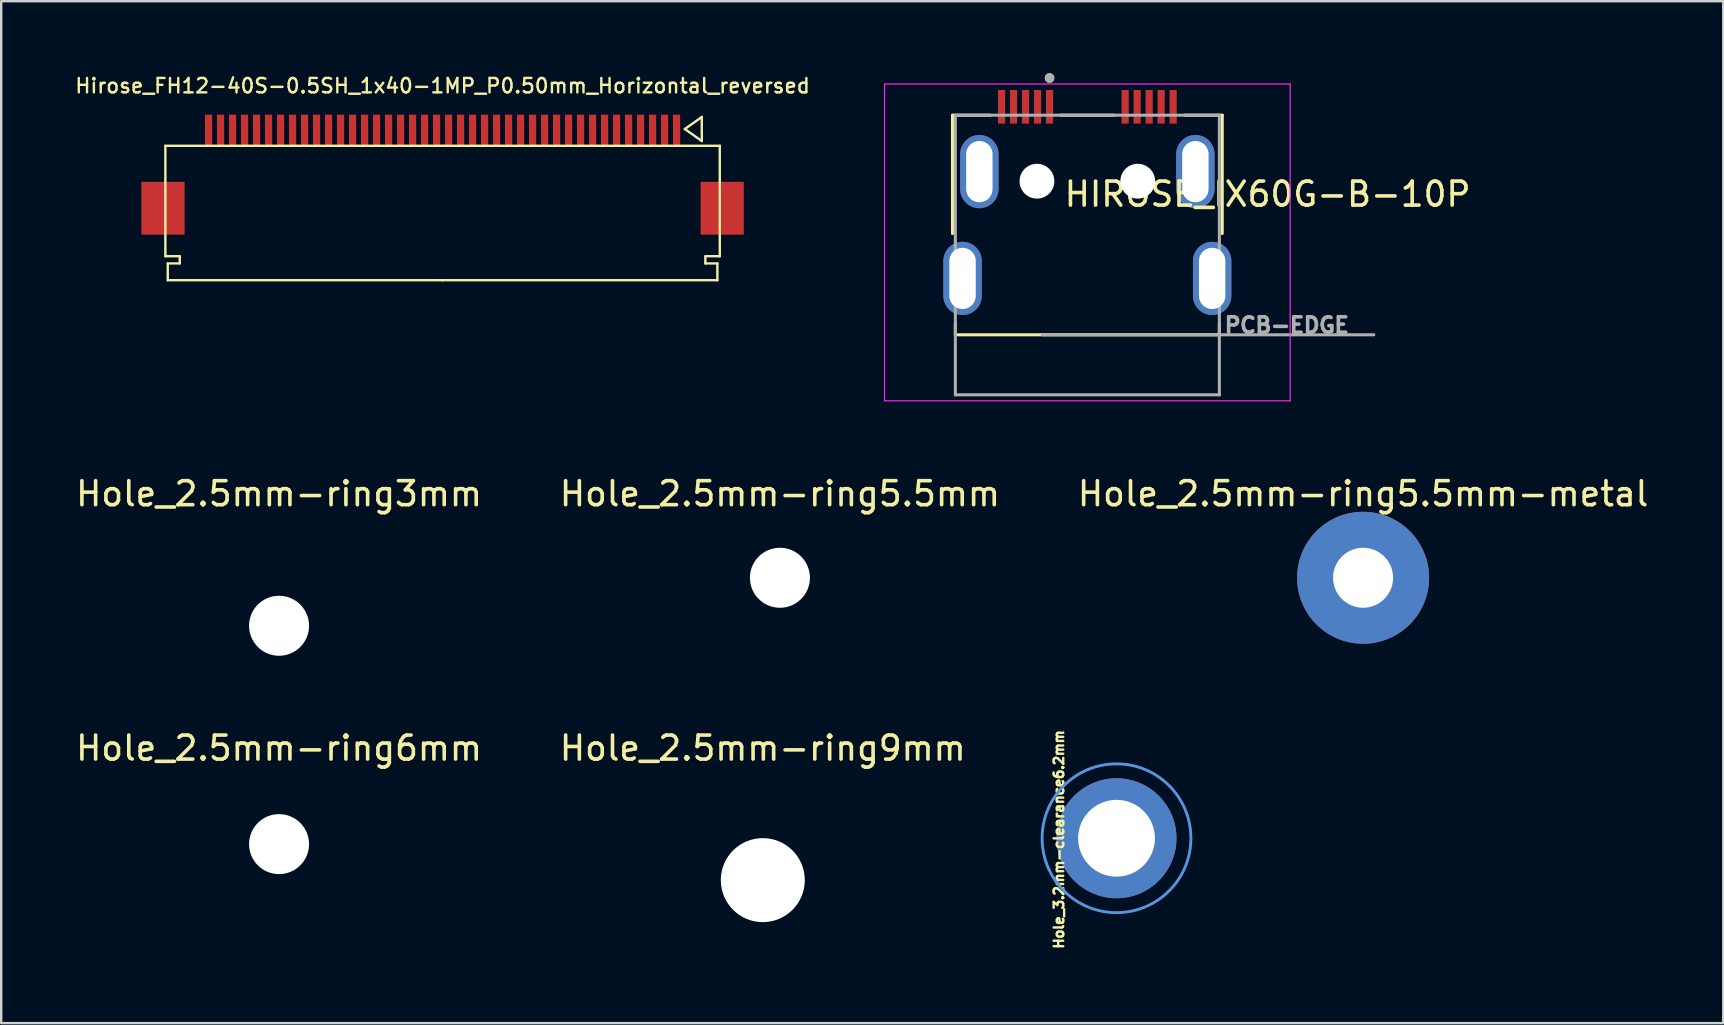
<source format=kicad_pcb>
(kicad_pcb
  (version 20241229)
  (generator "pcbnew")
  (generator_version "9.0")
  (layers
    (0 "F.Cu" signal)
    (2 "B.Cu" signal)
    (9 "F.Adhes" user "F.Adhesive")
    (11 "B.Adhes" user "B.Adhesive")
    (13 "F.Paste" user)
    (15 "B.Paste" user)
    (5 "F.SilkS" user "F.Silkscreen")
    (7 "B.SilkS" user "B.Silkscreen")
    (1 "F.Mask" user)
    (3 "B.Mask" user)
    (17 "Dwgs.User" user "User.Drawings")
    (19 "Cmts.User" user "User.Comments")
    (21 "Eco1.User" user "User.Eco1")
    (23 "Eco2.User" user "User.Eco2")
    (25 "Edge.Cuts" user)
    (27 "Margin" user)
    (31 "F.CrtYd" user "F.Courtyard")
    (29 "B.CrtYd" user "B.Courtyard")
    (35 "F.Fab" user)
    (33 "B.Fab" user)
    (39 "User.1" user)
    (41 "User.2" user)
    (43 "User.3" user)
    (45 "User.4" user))
  (footprint "Hirose_FH12-40S-0.5SH_1x40-1MP_P0.50mm_Horizontal_reversed"
    (layer "F.Cu")
    (at 15.39 4.226)
    (property "Reference" "Hirose_FH12-40S-0.5SH_1x40-1MP_P0.50mm_Horizontal_reversed" (at 0 -3.7 0) (layer "F.SilkS") (effects (font (size 0.6 0.6) (thickness 0.1) (bold yes))))
    (attr smd)
    (fp_line (start -11.55 -1.2) (end -11.55 3.4) (stroke (width 0.1) (type solid)) (layer "F.SilkS"))
    (fp_line (start -11.55 3.4) (end -10.95 3.4) (stroke (width 0.1) (type solid)) (layer "F.SilkS"))
    (fp_line (start -11.45 3.7) (end -11.45 4.4) (stroke (width 0.1) (type solid)) (layer "F.SilkS"))
    (fp_line (start -11.45 4.4) (end 0 4.4) (stroke (width 0.1) (type solid)) (layer "F.SilkS"))
    (fp_line (start -10.95 3.4) (end -10.95 3.7) (stroke (width 0.1) (type solid)) (layer "F.SilkS"))
    (fp_line (start -10.95 3.7) (end -11.45 3.7) (stroke (width 0.1) (type solid)) (layer "F.SilkS"))
    (fp_line (start 0 -1.2) (end -11.55 -1.2) (stroke (width 0.1) (type solid)) (layer "F.SilkS"))
    (fp_line (start 0 -1.2) (end 11.55 -1.2) (stroke (width 0.1) (type solid)) (layer "F.SilkS"))
    (fp_line (start 10.093 -1.9) (end 10.8 -1.4) (stroke (width 0.1) (type solid)) (layer "F.SilkS"))
    (fp_line (start 10.8 -2.4) (end 10.093 -1.9) (stroke (width 0.1) (type solid)) (layer "F.SilkS"))
    (fp_line (start 10.8 -2.4) (end 10.8 -1.4) (stroke (width 0.1) (type solid)) (layer "F.SilkS"))
    (fp_line (start 10.95 3.4) (end 10.95 3.7) (stroke (width 0.1) (type solid)) (layer "F.SilkS"))
    (fp_line (start 10.95 3.7) (end 11.45 3.7) (stroke (width 0.1) (type solid)) (layer "F.SilkS"))
    (fp_line (start 11.45 3.7) (end 11.45 4.4) (stroke (width 0.1) (type solid)) (layer "F.SilkS"))
    (fp_line (start 11.45 4.4) (end 0 4.4) (stroke (width 0.1) (type solid)) (layer "F.SilkS"))
    (fp_line (start 11.55 -1.2) (end 11.55 3.4) (stroke (width 0.1) (type solid)) (layer "F.SilkS"))
    (fp_line (start 11.55 3.4) (end 10.95 3.4) (stroke (width 0.1) (type solid)) (layer "F.SilkS"))
    (pad "" smd rect (at -11.65 1.4) (size 1.8 2.2) (layers "F.Cu" "F.Mask" "F.Paste"))
    (pad "" smd rect (at 11.65 1.4) (size 1.8 2.2) (layers "F.Cu" "F.Mask" "F.Paste"))
    (pad "1" smd rect (at 9.75 -1.85 180) (size 0.3 1.3) (layers "F.Cu" "F.Mask" "F.Paste"))
    (pad "2" smd rect (at 9.25 -1.85 180) (size 0.3 1.3) (layers "F.Cu" "F.Mask" "F.Paste"))
    (pad "3" smd rect (at 8.75 -1.85 180) (size 0.3 1.3) (layers "F.Cu" "F.Mask" "F.Paste"))
    (pad "4" smd rect (at 8.25 -1.85 180) (size 0.3 1.3) (layers "F.Cu" "F.Mask" "F.Paste"))
    (pad "5" smd rect (at 7.75 -1.85 180) (size 0.3 1.3) (layers "F.Cu" "F.Mask" "F.Paste"))
    (pad "6" smd rect (at 7.25 -1.85 180) (size 0.3 1.3) (layers "F.Cu" "F.Mask" "F.Paste"))
    (pad "7" smd rect (at 6.75 -1.85 180) (size 0.3 1.3) (layers "F.Cu" "F.Mask" "F.Paste"))
    (pad "8" smd rect (at 6.25 -1.85 180) (size 0.3 1.3) (layers "F.Cu" "F.Mask" "F.Paste"))
    (pad "9" smd rect (at 5.75 -1.85 180) (size 0.3 1.3) (layers "F.Cu" "F.Mask" "F.Paste"))
    (pad "10" smd rect (at 5.25 -1.85 180) (size 0.3 1.3) (layers "F.Cu" "F.Mask" "F.Paste"))
    (pad "11" smd rect (at 4.75 -1.85 180) (size 0.3 1.3) (layers "F.Cu" "F.Mask" "F.Paste"))
    (pad "12" smd rect (at 4.25 -1.85 180) (size 0.3 1.3) (layers "F.Cu" "F.Mask" "F.Paste"))
    (pad "13" smd rect (at 3.75 -1.85 180) (size 0.3 1.3) (layers "F.Cu" "F.Mask" "F.Paste"))
    (pad "14" smd rect (at 3.25 -1.85 180) (size 0.3 1.3) (layers "F.Cu" "F.Mask" "F.Paste"))
    (pad "15" smd rect (at 2.75 -1.85 180) (size 0.3 1.3) (layers "F.Cu" "F.Mask" "F.Paste"))
    (pad "16" smd rect (at 2.25 -1.85 180) (size 0.3 1.3) (layers "F.Cu" "F.Mask" "F.Paste"))
    (pad "17" smd rect (at 1.75 -1.85 180) (size 0.3 1.3) (layers "F.Cu" "F.Mask" "F.Paste"))
    (pad "18" smd rect (at 1.25 -1.85 180) (size 0.3 1.3) (layers "F.Cu" "F.Mask" "F.Paste"))
    (pad "19" smd rect (at 0.75 -1.85 180) (size 0.3 1.3) (layers "F.Cu" "F.Mask" "F.Paste"))
    (pad "20" smd rect (at 0.25 -1.85 180) (size 0.3 1.3) (layers "F.Cu" "F.Mask" "F.Paste"))
    (pad "21" smd rect (at -0.25 -1.85 180) (size 0.3 1.3) (layers "F.Cu" "F.Mask" "F.Paste"))
    (pad "22" smd rect (at -0.75 -1.85 180) (size 0.3 1.3) (layers "F.Cu" "F.Mask" "F.Paste"))
    (pad "23" smd rect (at -1.25 -1.85 180) (size 0.3 1.3) (layers "F.Cu" "F.Mask" "F.Paste"))
    (pad "24" smd rect (at -1.75 -1.85 180) (size 0.3 1.3) (layers "F.Cu" "F.Mask" "F.Paste"))
    (pad "25" smd rect (at -2.25 -1.85 180) (size 0.3 1.3) (layers "F.Cu" "F.Mask" "F.Paste"))
    (pad "26" smd rect (at -2.75 -1.85 180) (size 0.3 1.3) (layers "F.Cu" "F.Mask" "F.Paste"))
    (pad "27" smd rect (at -3.25 -1.85 180) (size 0.3 1.3) (layers "F.Cu" "F.Mask" "F.Paste"))
    (pad "28" smd rect (at -3.75 -1.85 180) (size 0.3 1.3) (layers "F.Cu" "F.Mask" "F.Paste"))
    (pad "29" smd rect (at -4.25 -1.85 180) (size 0.3 1.3) (layers "F.Cu" "F.Mask" "F.Paste"))
    (pad "30" smd rect (at -4.75 -1.85 180) (size 0.3 1.3) (layers "F.Cu" "F.Mask" "F.Paste"))
    (pad "31" smd rect (at -5.25 -1.85 180) (size 0.3 1.3) (layers "F.Cu" "F.Mask" "F.Paste"))
    (pad "32" smd rect (at -5.75 -1.85 180) (size 0.3 1.3) (layers "F.Cu" "F.Mask" "F.Paste"))
    (pad "33" smd rect (at -6.25 -1.85 180) (size 0.3 1.3) (layers "F.Cu" "F.Mask" "F.Paste"))
    (pad "34" smd rect (at -6.75 -1.85 180) (size 0.3 1.3) (layers "F.Cu" "F.Mask" "F.Paste"))
    (pad "35" smd rect (at -7.25 -1.85 180) (size 0.3 1.3) (layers "F.Cu" "F.Mask" "F.Paste"))
    (pad "36" smd rect (at -7.75 -1.85 180) (size 0.3 1.3) (layers "F.Cu" "F.Mask" "F.Paste"))
    (pad "37" smd rect (at -8.25 -1.85 180) (size 0.3 1.3) (layers "F.Cu" "F.Mask" "F.Paste"))
    (pad "38" smd rect (at -8.75 -1.85 180) (size 0.3 1.3) (layers "F.Cu" "F.Mask" "F.Paste"))
    (pad "39" smd rect (at -9.25 -1.85 180) (size 0.3 1.3) (layers "F.Cu" "F.Mask" "F.Paste"))
    (pad "40" smd rect (at -9.75 -1.85 180) (size 0.3 1.3) (layers "F.Cu" "F.Mask" "F.Paste")))
  (footprint "Hole_2.5mm-ring3mm"
    (layer "F.Cu")
    (at 8.577 23.023)
    (property "Reference" "Hole_2.5mm-ring3mm" (at 0 -5.5 0) (layer "F.SilkS") (effects (font (size 1 1) (thickness 0.15))))
    (attr exclude_from_pos_files exclude_from_bom)
    (pad "" np_thru_hole circle (at 0 0) (size 2.5 2.5) (drill 2.5) (layers "*.Cu" "*.Mask")))
  (footprint "Hole_3.2mm-clearance6.2mm"
    (layer "F.Cu")
    (at 43.47 31.876)
    (property "Reference" "Hole_3.2mm-clearance6.2mm" (at -2.4 0.05 90) (layer "F.SilkS") (effects (font (size 0.4 0.4) (thickness 0.1))))
    (attr exclude_from_pos_files)
    (fp_circle (center 0 0) (end 3.1 0) (stroke (width 0.12) (type solid)) (fill no) (layer "Cmts.User"))
    (pad "1" thru_hole circle (at 0 0) (size 5 5) (drill 3.2) (layers "*.Cu" "*.Mask") (remove_unused_layers yes) (keep_end_layers yes) (zone_layer_connections)))
  (footprint "Hole_2.5mm-ring5.5mm-metal"
    (layer "F.Cu")
    (at 53.744 21.023)
    (property "Reference" "Hole_2.5mm-ring5.5mm-metal" (at 0 -3.5 0) (layer "F.SilkS") (effects (font (size 1 1) (thickness 0.15))))
    (attr exclude_from_pos_files exclude_from_bom)
    (pad "1" thru_hole circle (at 0 0) (size 5.5 5.5) (drill 2.5) (layers "*.Cu" "*.Mask")))
  (footprint "Hole_2.5mm-ring5.5mm"
    (layer "F.Cu")
    (at 29.446 21.023)
    (property "Reference" "Hole_2.5mm-ring5.5mm" (at 0 -3.5 0) (layer "F.SilkS") (effects (font (size 1 1) (thickness 0.15))))
    (attr exclude_from_pos_files exclude_from_bom)
    (pad "" np_thru_hole circle (at 0 0) (size 2.5 2.5) (drill 2.5) (layers "*.Cu" "*.Mask")))
  (footprint "Hole_2.5mm-ring6mm"
    (layer "F.Cu")
    (at 8.577 32.121)
    (property "Reference" "Hole_2.5mm-ring6mm" (at 0 -4 0) (layer "F.SilkS") (effects (font (size 1 1) (thickness 0.15))))
    (attr exclude_from_pos_files exclude_from_bom)
    (pad "" np_thru_hole circle (at 0 0) (size 2.5 2.5) (drill 2.5) (layers "*.Cu" "*.Mask")))
  (footprint "HIROSE_IX60G-B-10P"
    (layer "F.Cu")
    (at 42.255 4.5)
    (property "Reference" "HIROSE_IX60G-B-10P" (at 7.51 0.54 180) (layer "F.SilkS") (effects (font (size 1 1) (thickness 0.15))))
    (attr through_hole)
    (fp_line (start -5.62 2.18) (end -5.62 -2.75) (stroke (width 0.127) (type solid)) (layer "F.SilkS"))
    (fp_line (start -5.5 5.92) (end -5.5 6.4) (stroke (width 0.127) (type solid)) (layer "F.SilkS"))
    (fp_line (start -5.5 6.4) (end 5.5 6.4) (stroke (width 0.127) (type solid)) (layer "F.SilkS"))
    (fp_line (start -4.05 -2.75) (end -5.62 -2.75) (stroke (width 0.127) (type solid)) (layer "F.SilkS"))
    (fp_line (start 1.11 -2.75) (end -1.11 -2.75) (stroke (width 0.127) (type solid)) (layer "F.SilkS"))
    (fp_line (start 4.05 -2.75) (end 5.62 -2.75) (stroke (width 0.127) (type solid)) (layer "F.SilkS"))
    (fp_line (start 5.5 6.4) (end 5.5 5.92) (stroke (width 0.127) (type solid)) (layer "F.SilkS"))
    (fp_line (start 5.62 2.18) (end 5.62 -2.75) (stroke (width 0.127) (type solid)) (layer "F.SilkS"))
    (fp_circle (center -1.575 -4.3) (end -1.475 -4.3) (stroke (width 0.2) (type solid)) (fill no) (layer "F.SilkS"))
    (fp_line (start -8.45 -4.05) (end -8.45 9.15) (stroke (width 0.05) (type solid)) (layer "F.CrtYd"))
    (fp_line (start -8.45 9.15) (end 8.45 9.15) (stroke (width 0.05) (type solid)) (layer "F.CrtYd"))
    (fp_line (start 8.45 -4.05) (end -8.45 -4.05) (stroke (width 0.05) (type solid)) (layer "F.CrtYd"))
    (fp_line (start 8.45 9.15) (end 8.45 -4.05) (stroke (width 0.05) (type solid)) (layer "F.CrtYd"))
    (fp_line (start -5.5 -2.75) (end 5.5 -2.75) (stroke (width 0.127) (type solid)) (layer "F.Fab"))
    (fp_line (start -5.5 8.9) (end -5.5 -2.75) (stroke (width 0.127) (type solid)) (layer "F.Fab"))
    (fp_line (start -1.882 6.4) (end 11.938 6.4) (stroke (width 0.127) (type solid)) (layer "F.Fab"))
    (fp_line (start 5.5 -2.75) (end 5.5 8.9) (stroke (width 0.127) (type solid)) (layer "F.Fab"))
    (fp_line (start 5.5 8.9) (end -5.5 8.9) (stroke (width 0.127) (type solid)) (layer "F.Fab"))
    (fp_circle (center -1.575 -4.3) (end -1.475 -4.3) (stroke (width 0.2) (type solid)) (fill no) (layer "F.Fab"))
    (fp_text user "PCB-EDGE" (at 8.31 6.002 180) (layer "F.Fab") (effects (font (size 0.64 0.64) (thickness 0.15))))
    (pad "" np_thru_hole circle (at -2.1 0) (size 1.45 1.45) (drill 1.45) (layers "*.Cu" "*.Mask"))
    (pad "" np_thru_hole circle (at 2.1 0) (size 1.45 1.45) (drill 1.45) (layers "*.Cu" "*.Mask"))
    (pad "1" smd rect (at -1.575 -3.1) (size 0.3 1.4) (layers "F.Cu" "F.Mask" "F.Paste"))
    (pad "2" smd rect (at -2.075 -3.1) (size 0.3 1.4) (layers "F.Cu" "F.Mask" "F.Paste"))
    (pad "3" smd rect (at -2.575 -3.1) (size 0.3 1.4) (layers "F.Cu" "F.Mask" "F.Paste"))
    (pad "4" smd rect (at -3.075 -3.1) (size 0.3 1.4) (layers "F.Cu" "F.Mask" "F.Paste"))
    (pad "5" smd rect (at -3.575 -3.1) (size 0.3 1.4) (layers "F.Cu" "F.Mask" "F.Paste"))
    (pad "6" smd rect (at 1.575 -3.1) (size 0.3 1.4) (layers "F.Cu" "F.Mask" "F.Paste"))
    (pad "7" smd rect (at 2.075 -3.1) (size 0.3 1.4) (layers "F.Cu" "F.Mask" "F.Paste"))
    (pad "8" smd rect (at 2.575 -3.1) (size 0.3 1.4) (layers "F.Cu" "F.Mask" "F.Paste"))
    (pad "9" smd rect (at 3.075 -3.1) (size 0.3 1.4) (layers "F.Cu" "F.Mask" "F.Paste"))
    (pad "10" smd rect (at 3.575 -3.1) (size 0.3 1.4) (layers "F.Cu" "F.Mask" "F.Paste"))
    (pad "11" thru_hole oval (at -4.5 -0.4) (size 1.6 3.05) (drill oval 1.1 2.55) (layers "*.Cu" "*.Mask"))
    (pad "12" thru_hole oval (at 4.5 -0.4) (size 1.6 3.05) (drill oval 1.1 2.55) (layers "*.Cu" "*.Mask"))
    (pad "13" thru_hole oval (at -5.2 4.05) (size 1.6 3.05) (drill oval 1.1 2.55) (layers "*.Cu" "*.Mask"))
    (pad "14" thru_hole oval (at 5.2 4.05) (size 1.6 3.05) (drill oval 1.1 2.55) (layers "*.Cu" "*.Mask")))
  (footprint "Hole_2.5mm-ring9mm"
    (layer "F.Cu")
    (at 28.732 33.621)
    (property "Reference" "Hole_2.5mm-ring9mm" (at 0 -5.5 0) (layer "F.SilkS") (effects (font (size 1 1) (thickness 0.15))))
    (attr exclude_from_pos_files exclude_from_bom)
    (pad "" np_thru_hole circle (at 0 0) (size 3.5 3.5) (drill 3.5) (layers "*.Cu" "*.Mask")))
  (gr_rect
    (start -3 -3)
    (end 68.75 39.579)
    (stroke (width 0.1) (type default))
    (fill no)
    (layer "Edge.Cuts")))
</source>
